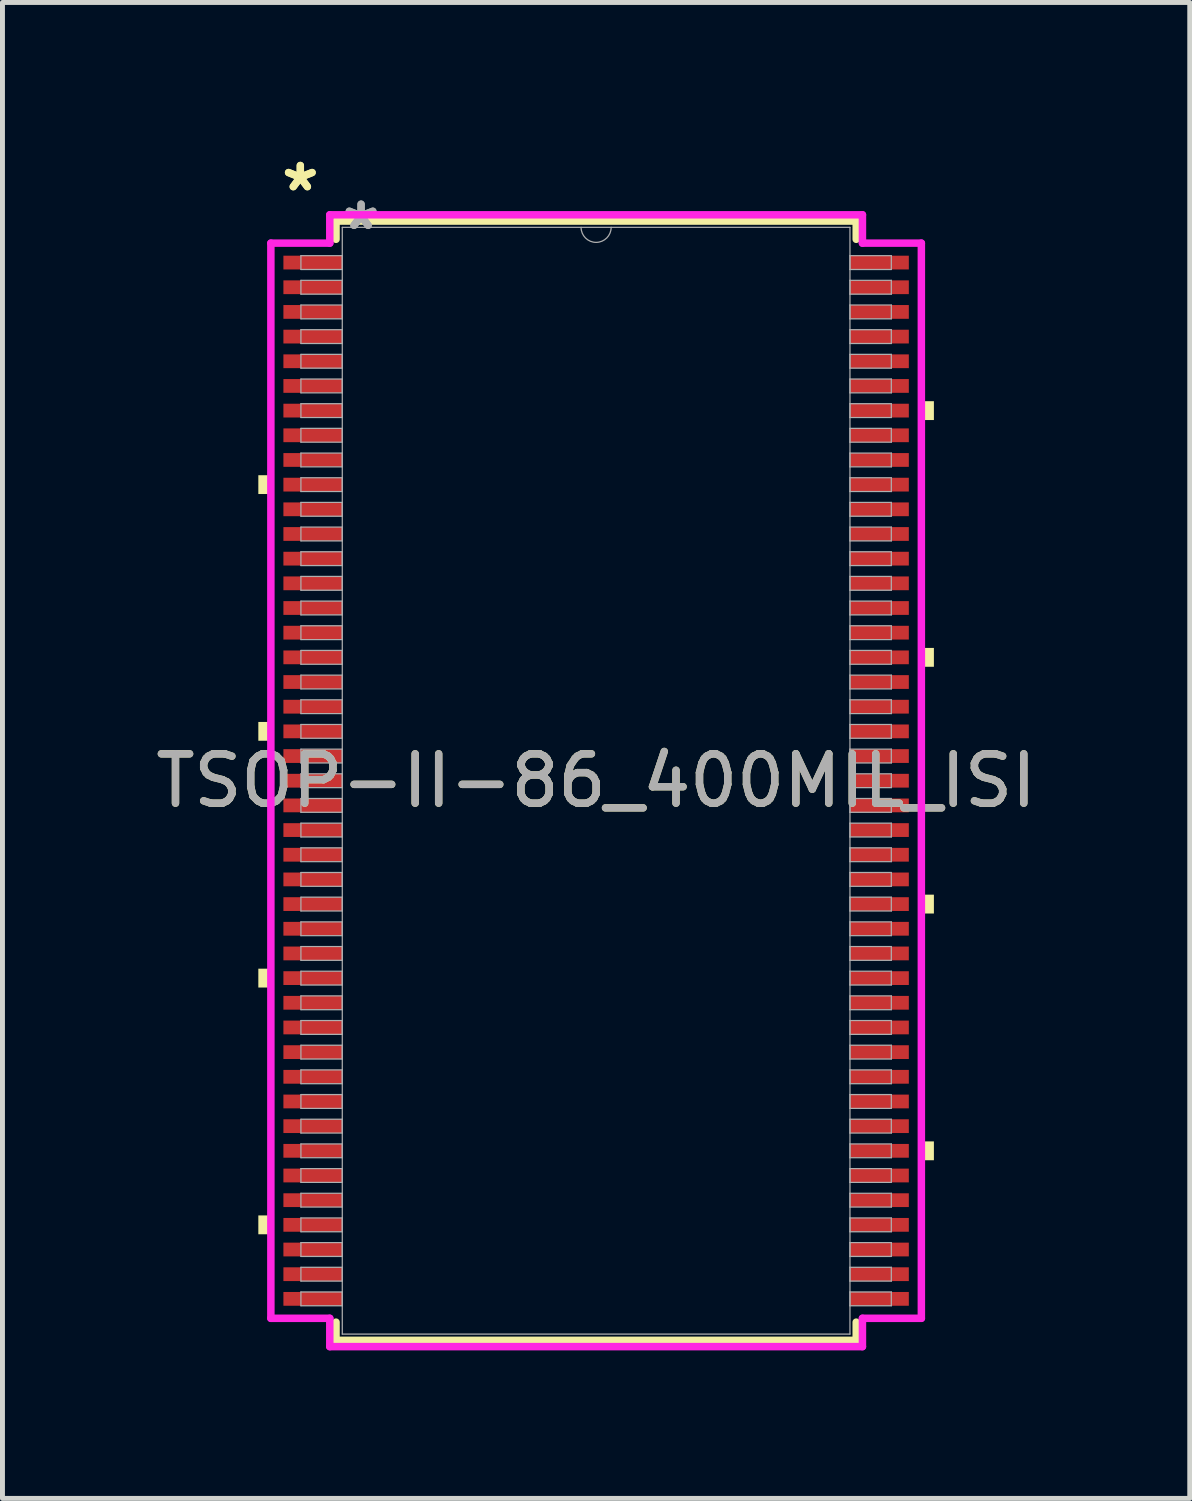
<source format=kicad_pcb>
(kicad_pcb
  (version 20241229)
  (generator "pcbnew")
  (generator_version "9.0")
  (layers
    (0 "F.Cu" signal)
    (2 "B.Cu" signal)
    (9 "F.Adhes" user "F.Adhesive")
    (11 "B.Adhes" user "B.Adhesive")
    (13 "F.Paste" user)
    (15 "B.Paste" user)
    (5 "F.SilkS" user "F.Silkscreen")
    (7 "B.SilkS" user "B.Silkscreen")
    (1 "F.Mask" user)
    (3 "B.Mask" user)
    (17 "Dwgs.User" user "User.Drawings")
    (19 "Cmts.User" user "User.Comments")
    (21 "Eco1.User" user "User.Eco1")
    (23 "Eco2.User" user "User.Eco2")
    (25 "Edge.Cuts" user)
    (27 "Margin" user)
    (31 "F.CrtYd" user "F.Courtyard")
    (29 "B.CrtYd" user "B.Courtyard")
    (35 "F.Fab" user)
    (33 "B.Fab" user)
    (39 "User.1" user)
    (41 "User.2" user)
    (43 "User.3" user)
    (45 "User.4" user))
  (footprint "TSOP-II-86_400MIL_ISI"
    (layer "F.Cu")
    (at 9.03 12.771)
    (property "Reference" "TSOP-II-86_400MIL_ISI" (at 0 0 0) (unlocked yes) (layer "F.SilkS") (effects (font (size 1 1) (thickness 0.15))))
    (attr smd)
    (fp_line (start -5.271 -11.341) (end -5.271 -10.972) (stroke (width 0.152) (type solid)) (layer "F.SilkS"))
    (fp_line (start -5.271 10.972) (end -5.271 11.341) (stroke (width 0.152) (type solid)) (layer "F.SilkS"))
    (fp_line (start -5.271 11.341) (end 5.271 11.341) (stroke (width 0.152) (type solid)) (layer "F.SilkS"))
    (fp_line (start 5.271 -11.341) (end -5.271 -11.341) (stroke (width 0.152) (type solid)) (layer "F.SilkS"))
    (fp_line (start 5.271 -10.972) (end 5.271 -11.341) (stroke (width 0.152) (type solid)) (layer "F.SilkS"))
    (fp_line (start 5.271 11.341) (end 5.271 10.972) (stroke (width 0.152) (type solid)) (layer "F.SilkS"))
    (fp_poly (pts (xy -6.845 -6.191) (xy -6.845 -5.81) (xy -6.591 -5.81) (xy -6.591 -6.191)) (stroke (width 0) (type solid)) (fill yes) (layer "F.SilkS"))
    (fp_poly (pts (xy -6.845 -1.191) (xy -6.845 -0.81) (xy -6.591 -0.81) (xy -6.591 -1.191)) (stroke (width 0) (type solid)) (fill yes) (layer "F.SilkS"))
    (fp_poly (pts (xy -6.845 3.809) (xy -6.845 4.191) (xy -6.591 4.191) (xy -6.591 3.809)) (stroke (width 0) (type solid)) (fill yes) (layer "F.SilkS"))
    (fp_poly (pts (xy -6.845 8.809) (xy -6.845 9.191) (xy -6.591 9.191) (xy -6.591 8.809)) (stroke (width 0) (type solid)) (fill yes) (layer "F.SilkS"))
    (fp_poly (pts (xy 6.845 -7.691) (xy 6.845 -7.309) (xy 6.591 -7.309) (xy 6.591 -7.691)) (stroke (width 0) (type solid)) (fill yes) (layer "F.SilkS"))
    (fp_poly (pts (xy 6.845 -2.691) (xy 6.845 -2.309) (xy 6.591 -2.309) (xy 6.591 -2.691)) (stroke (width 0) (type solid)) (fill yes) (layer "F.SilkS"))
    (fp_poly (pts (xy 6.845 2.309) (xy 6.845 2.691) (xy 6.591 2.691) (xy 6.591 2.309)) (stroke (width 0) (type solid)) (fill yes) (layer "F.SilkS"))
    (fp_poly (pts (xy 6.845 7.309) (xy 6.845 7.691) (xy 6.591 7.691) (xy 6.591 7.309)) (stroke (width 0) (type solid)) (fill yes) (layer "F.SilkS"))
    (fp_line (start -6.591 -10.894) (end -5.397 -10.894) (stroke (width 0.152) (type solid)) (layer "F.CrtYd"))
    (fp_line (start -6.591 10.894) (end -6.591 -10.894) (stroke (width 0.152) (type solid)) (layer "F.CrtYd"))
    (fp_line (start -6.591 10.894) (end -5.397 10.894) (stroke (width 0.152) (type solid)) (layer "F.CrtYd"))
    (fp_line (start -5.397 -11.468) (end 5.397 -11.468) (stroke (width 0.152) (type solid)) (layer "F.CrtYd"))
    (fp_line (start -5.397 -10.894) (end -5.397 -11.468) (stroke (width 0.152) (type solid)) (layer "F.CrtYd"))
    (fp_line (start -5.397 11.468) (end -5.397 10.894) (stroke (width 0.152) (type solid)) (layer "F.CrtYd"))
    (fp_line (start 5.397 -11.468) (end 5.397 -10.894) (stroke (width 0.152) (type solid)) (layer "F.CrtYd"))
    (fp_line (start 5.397 10.894) (end 5.397 11.468) (stroke (width 0.152) (type solid)) (layer "F.CrtYd"))
    (fp_line (start 5.397 11.468) (end -5.397 11.468) (stroke (width 0.152) (type solid)) (layer "F.CrtYd"))
    (fp_line (start 6.591 -10.894) (end 5.397 -10.894) (stroke (width 0.152) (type solid)) (layer "F.CrtYd"))
    (fp_line (start 6.591 -10.894) (end 6.591 10.894) (stroke (width 0.152) (type solid)) (layer "F.CrtYd"))
    (fp_line (start 6.591 10.894) (end 5.397 10.894) (stroke (width 0.152) (type solid)) (layer "F.CrtYd"))
    (fp_line (start -5.982 -10.64) (end -5.982 -10.36) (stroke (width 0.025) (type solid)) (layer "F.Fab"))
    (fp_line (start -5.982 -10.36) (end -5.144 -10.36) (stroke (width 0.025) (type solid)) (layer "F.Fab"))
    (fp_line (start -5.982 -10.14) (end -5.982 -9.86) (stroke (width 0.025) (type solid)) (layer "F.Fab"))
    (fp_line (start -5.982 -9.86) (end -5.144 -9.86) (stroke (width 0.025) (type solid)) (layer "F.Fab"))
    (fp_line (start -5.982 -9.64) (end -5.982 -9.36) (stroke (width 0.025) (type solid)) (layer "F.Fab"))
    (fp_line (start -5.982 -9.36) (end -5.144 -9.36) (stroke (width 0.025) (type solid)) (layer "F.Fab"))
    (fp_line (start -5.982 -9.14) (end -5.982 -8.86) (stroke (width 0.025) (type solid)) (layer "F.Fab"))
    (fp_line (start -5.982 -8.86) (end -5.144 -8.86) (stroke (width 0.025) (type solid)) (layer "F.Fab"))
    (fp_line (start -5.982 -8.64) (end -5.982 -8.36) (stroke (width 0.025) (type solid)) (layer "F.Fab"))
    (fp_line (start -5.982 -8.36) (end -5.144 -8.36) (stroke (width 0.025) (type solid)) (layer "F.Fab"))
    (fp_line (start -5.982 -8.14) (end -5.982 -7.86) (stroke (width 0.025) (type solid)) (layer "F.Fab"))
    (fp_line (start -5.982 -7.86) (end -5.144 -7.86) (stroke (width 0.025) (type solid)) (layer "F.Fab"))
    (fp_line (start -5.982 -7.64) (end -5.982 -7.36) (stroke (width 0.025) (type solid)) (layer "F.Fab"))
    (fp_line (start -5.982 -7.36) (end -5.144 -7.36) (stroke (width 0.025) (type solid)) (layer "F.Fab"))
    (fp_line (start -5.982 -7.14) (end -5.982 -6.86) (stroke (width 0.025) (type solid)) (layer "F.Fab"))
    (fp_line (start -5.982 -6.86) (end -5.144 -6.86) (stroke (width 0.025) (type solid)) (layer "F.Fab"))
    (fp_line (start -5.982 -6.64) (end -5.982 -6.36) (stroke (width 0.025) (type solid)) (layer "F.Fab"))
    (fp_line (start -5.982 -6.36) (end -5.144 -6.36) (stroke (width 0.025) (type solid)) (layer "F.Fab"))
    (fp_line (start -5.982 -6.14) (end -5.982 -5.86) (stroke (width 0.025) (type solid)) (layer "F.Fab"))
    (fp_line (start -5.982 -5.86) (end -5.144 -5.86) (stroke (width 0.025) (type solid)) (layer "F.Fab"))
    (fp_line (start -5.982 -5.64) (end -5.982 -5.36) (stroke (width 0.025) (type solid)) (layer "F.Fab"))
    (fp_line (start -5.982 -5.36) (end -5.144 -5.36) (stroke (width 0.025) (type solid)) (layer "F.Fab"))
    (fp_line (start -5.982 -5.14) (end -5.982 -4.86) (stroke (width 0.025) (type solid)) (layer "F.Fab"))
    (fp_line (start -5.982 -4.86) (end -5.144 -4.86) (stroke (width 0.025) (type solid)) (layer "F.Fab"))
    (fp_line (start -5.982 -4.64) (end -5.982 -4.36) (stroke (width 0.025) (type solid)) (layer "F.Fab"))
    (fp_line (start -5.982 -4.36) (end -5.144 -4.36) (stroke (width 0.025) (type solid)) (layer "F.Fab"))
    (fp_line (start -5.982 -4.14) (end -5.982 -3.86) (stroke (width 0.025) (type solid)) (layer "F.Fab"))
    (fp_line (start -5.982 -3.86) (end -5.144 -3.86) (stroke (width 0.025) (type solid)) (layer "F.Fab"))
    (fp_line (start -5.982 -3.64) (end -5.982 -3.36) (stroke (width 0.025) (type solid)) (layer "F.Fab"))
    (fp_line (start -5.982 -3.36) (end -5.144 -3.36) (stroke (width 0.025) (type solid)) (layer "F.Fab"))
    (fp_line (start -5.982 -3.14) (end -5.982 -2.86) (stroke (width 0.025) (type solid)) (layer "F.Fab"))
    (fp_line (start -5.982 -2.86) (end -5.144 -2.86) (stroke (width 0.025) (type solid)) (layer "F.Fab"))
    (fp_line (start -5.982 -2.64) (end -5.982 -2.36) (stroke (width 0.025) (type solid)) (layer "F.Fab"))
    (fp_line (start -5.982 -2.36) (end -5.144 -2.36) (stroke (width 0.025) (type solid)) (layer "F.Fab"))
    (fp_line (start -5.982 -2.14) (end -5.982 -1.86) (stroke (width 0.025) (type solid)) (layer "F.Fab"))
    (fp_line (start -5.982 -1.86) (end -5.144 -1.86) (stroke (width 0.025) (type solid)) (layer "F.Fab"))
    (fp_line (start -5.982 -1.64) (end -5.982 -1.36) (stroke (width 0.025) (type solid)) (layer "F.Fab"))
    (fp_line (start -5.982 -1.36) (end -5.144 -1.36) (stroke (width 0.025) (type solid)) (layer "F.Fab"))
    (fp_line (start -5.982 -1.14) (end -5.982 -0.86) (stroke (width 0.025) (type solid)) (layer "F.Fab"))
    (fp_line (start -5.982 -0.86) (end -5.144 -0.86) (stroke (width 0.025) (type solid)) (layer "F.Fab"))
    (fp_line (start -5.982 -0.64) (end -5.982 -0.36) (stroke (width 0.025) (type solid)) (layer "F.Fab"))
    (fp_line (start -5.982 -0.36) (end -5.144 -0.36) (stroke (width 0.025) (type solid)) (layer "F.Fab"))
    (fp_line (start -5.982 -0.14) (end -5.982 0.14) (stroke (width 0.025) (type solid)) (layer "F.Fab"))
    (fp_line (start -5.982 0.14) (end -5.144 0.14) (stroke (width 0.025) (type solid)) (layer "F.Fab"))
    (fp_line (start -5.982 0.36) (end -5.982 0.64) (stroke (width 0.025) (type solid)) (layer "F.Fab"))
    (fp_line (start -5.982 0.64) (end -5.144 0.64) (stroke (width 0.025) (type solid)) (layer "F.Fab"))
    (fp_line (start -5.982 0.86) (end -5.982 1.14) (stroke (width 0.025) (type solid)) (layer "F.Fab"))
    (fp_line (start -5.982 1.14) (end -5.144 1.14) (stroke (width 0.025) (type solid)) (layer "F.Fab"))
    (fp_line (start -5.982 1.36) (end -5.982 1.64) (stroke (width 0.025) (type solid)) (layer "F.Fab"))
    (fp_line (start -5.982 1.64) (end -5.144 1.64) (stroke (width 0.025) (type solid)) (layer "F.Fab"))
    (fp_line (start -5.982 1.86) (end -5.982 2.14) (stroke (width 0.025) (type solid)) (layer "F.Fab"))
    (fp_line (start -5.982 2.14) (end -5.144 2.14) (stroke (width 0.025) (type solid)) (layer "F.Fab"))
    (fp_line (start -5.982 2.36) (end -5.982 2.64) (stroke (width 0.025) (type solid)) (layer "F.Fab"))
    (fp_line (start -5.982 2.64) (end -5.144 2.64) (stroke (width 0.025) (type solid)) (layer "F.Fab"))
    (fp_line (start -5.982 2.86) (end -5.982 3.14) (stroke (width 0.025) (type solid)) (layer "F.Fab"))
    (fp_line (start -5.982 3.14) (end -5.144 3.14) (stroke (width 0.025) (type solid)) (layer "F.Fab"))
    (fp_line (start -5.982 3.36) (end -5.982 3.64) (stroke (width 0.025) (type solid)) (layer "F.Fab"))
    (fp_line (start -5.982 3.64) (end -5.144 3.64) (stroke (width 0.025) (type solid)) (layer "F.Fab"))
    (fp_line (start -5.982 3.86) (end -5.982 4.14) (stroke (width 0.025) (type solid)) (layer "F.Fab"))
    (fp_line (start -5.982 4.14) (end -5.144 4.14) (stroke (width 0.025) (type solid)) (layer "F.Fab"))
    (fp_line (start -5.982 4.36) (end -5.982 4.64) (stroke (width 0.025) (type solid)) (layer "F.Fab"))
    (fp_line (start -5.982 4.64) (end -5.144 4.64) (stroke (width 0.025) (type solid)) (layer "F.Fab"))
    (fp_line (start -5.982 4.86) (end -5.982 5.14) (stroke (width 0.025) (type solid)) (layer "F.Fab"))
    (fp_line (start -5.982 5.14) (end -5.144 5.14) (stroke (width 0.025) (type solid)) (layer "F.Fab"))
    (fp_line (start -5.982 5.36) (end -5.982 5.64) (stroke (width 0.025) (type solid)) (layer "F.Fab"))
    (fp_line (start -5.982 5.64) (end -5.144 5.64) (stroke (width 0.025) (type solid)) (layer "F.Fab"))
    (fp_line (start -5.982 5.86) (end -5.982 6.14) (stroke (width 0.025) (type solid)) (layer "F.Fab"))
    (fp_line (start -5.982 6.14) (end -5.144 6.14) (stroke (width 0.025) (type solid)) (layer "F.Fab"))
    (fp_line (start -5.982 6.36) (end -5.982 6.64) (stroke (width 0.025) (type solid)) (layer "F.Fab"))
    (fp_line (start -5.982 6.64) (end -5.144 6.64) (stroke (width 0.025) (type solid)) (layer "F.Fab"))
    (fp_line (start -5.982 6.86) (end -5.982 7.14) (stroke (width 0.025) (type solid)) (layer "F.Fab"))
    (fp_line (start -5.982 7.14) (end -5.144 7.14) (stroke (width 0.025) (type solid)) (layer "F.Fab"))
    (fp_line (start -5.982 7.36) (end -5.982 7.64) (stroke (width 0.025) (type solid)) (layer "F.Fab"))
    (fp_line (start -5.982 7.64) (end -5.144 7.64) (stroke (width 0.025) (type solid)) (layer "F.Fab"))
    (fp_line (start -5.982 7.86) (end -5.982 8.14) (stroke (width 0.025) (type solid)) (layer "F.Fab"))
    (fp_line (start -5.982 8.14) (end -5.144 8.14) (stroke (width 0.025) (type solid)) (layer "F.Fab"))
    (fp_line (start -5.982 8.36) (end -5.982 8.64) (stroke (width 0.025) (type solid)) (layer "F.Fab"))
    (fp_line (start -5.982 8.64) (end -5.144 8.64) (stroke (width 0.025) (type solid)) (layer "F.Fab"))
    (fp_line (start -5.982 8.86) (end -5.982 9.14) (stroke (width 0.025) (type solid)) (layer "F.Fab"))
    (fp_line (start -5.982 9.14) (end -5.144 9.14) (stroke (width 0.025) (type solid)) (layer "F.Fab"))
    (fp_line (start -5.982 9.36) (end -5.982 9.64) (stroke (width 0.025) (type solid)) (layer "F.Fab"))
    (fp_line (start -5.982 9.64) (end -5.144 9.64) (stroke (width 0.025) (type solid)) (layer "F.Fab"))
    (fp_line (start -5.982 9.86) (end -5.982 10.14) (stroke (width 0.025) (type solid)) (layer "F.Fab"))
    (fp_line (start -5.982 10.14) (end -5.144 10.14) (stroke (width 0.025) (type solid)) (layer "F.Fab"))
    (fp_line (start -5.982 10.36) (end -5.982 10.64) (stroke (width 0.025) (type solid)) (layer "F.Fab"))
    (fp_line (start -5.982 10.64) (end -5.144 10.64) (stroke (width 0.025) (type solid)) (layer "F.Fab"))
    (fp_line (start -5.144 -11.214) (end -5.144 11.214) (stroke (width 0.025) (type solid)) (layer "F.Fab"))
    (fp_line (start -5.144 -10.64) (end -5.982 -10.64) (stroke (width 0.025) (type solid)) (layer "F.Fab"))
    (fp_line (start -5.144 -10.36) (end -5.144 -10.64) (stroke (width 0.025) (type solid)) (layer "F.Fab"))
    (fp_line (start -5.144 -10.14) (end -5.982 -10.14) (stroke (width 0.025) (type solid)) (layer "F.Fab"))
    (fp_line (start -5.144 -9.86) (end -5.144 -10.14) (stroke (width 0.025) (type solid)) (layer "F.Fab"))
    (fp_line (start -5.144 -9.64) (end -5.982 -9.64) (stroke (width 0.025) (type solid)) (layer "F.Fab"))
    (fp_line (start -5.144 -9.36) (end -5.144 -9.64) (stroke (width 0.025) (type solid)) (layer "F.Fab"))
    (fp_line (start -5.144 -9.14) (end -5.982 -9.14) (stroke (width 0.025) (type solid)) (layer "F.Fab"))
    (fp_line (start -5.144 -8.86) (end -5.144 -9.14) (stroke (width 0.025) (type solid)) (layer "F.Fab"))
    (fp_line (start -5.144 -8.64) (end -5.982 -8.64) (stroke (width 0.025) (type solid)) (layer "F.Fab"))
    (fp_line (start -5.144 -8.36) (end -5.144 -8.64) (stroke (width 0.025) (type solid)) (layer "F.Fab"))
    (fp_line (start -5.144 -8.14) (end -5.982 -8.14) (stroke (width 0.025) (type solid)) (layer "F.Fab"))
    (fp_line (start -5.144 -7.86) (end -5.144 -8.14) (stroke (width 0.025) (type solid)) (layer "F.Fab"))
    (fp_line (start -5.144 -7.64) (end -5.982 -7.64) (stroke (width 0.025) (type solid)) (layer "F.Fab"))
    (fp_line (start -5.144 -7.36) (end -5.144 -7.64) (stroke (width 0.025) (type solid)) (layer "F.Fab"))
    (fp_line (start -5.144 -7.14) (end -5.982 -7.14) (stroke (width 0.025) (type solid)) (layer "F.Fab"))
    (fp_line (start -5.144 -6.86) (end -5.144 -7.14) (stroke (width 0.025) (type solid)) (layer "F.Fab"))
    (fp_line (start -5.144 -6.64) (end -5.982 -6.64) (stroke (width 0.025) (type solid)) (layer "F.Fab"))
    (fp_line (start -5.144 -6.36) (end -5.144 -6.64) (stroke (width 0.025) (type solid)) (layer "F.Fab"))
    (fp_line (start -5.144 -6.14) (end -5.982 -6.14) (stroke (width 0.025) (type solid)) (layer "F.Fab"))
    (fp_line (start -5.144 -5.86) (end -5.144 -6.14) (stroke (width 0.025) (type solid)) (layer "F.Fab"))
    (fp_line (start -5.144 -5.64) (end -5.982 -5.64) (stroke (width 0.025) (type solid)) (layer "F.Fab"))
    (fp_line (start -5.144 -5.36) (end -5.144 -5.64) (stroke (width 0.025) (type solid)) (layer "F.Fab"))
    (fp_line (start -5.144 -5.14) (end -5.982 -5.14) (stroke (width 0.025) (type solid)) (layer "F.Fab"))
    (fp_line (start -5.144 -4.86) (end -5.144 -5.14) (stroke (width 0.025) (type solid)) (layer "F.Fab"))
    (fp_line (start -5.144 -4.64) (end -5.982 -4.64) (stroke (width 0.025) (type solid)) (layer "F.Fab"))
    (fp_line (start -5.144 -4.36) (end -5.144 -4.64) (stroke (width 0.025) (type solid)) (layer "F.Fab"))
    (fp_line (start -5.144 -4.14) (end -5.982 -4.14) (stroke (width 0.025) (type solid)) (layer "F.Fab"))
    (fp_line (start -5.144 -3.86) (end -5.144 -4.14) (stroke (width 0.025) (type solid)) (layer "F.Fab"))
    (fp_line (start -5.144 -3.64) (end -5.982 -3.64) (stroke (width 0.025) (type solid)) (layer "F.Fab"))
    (fp_line (start -5.144 -3.36) (end -5.144 -3.64) (stroke (width 0.025) (type solid)) (layer "F.Fab"))
    (fp_line (start -5.144 -3.14) (end -5.982 -3.14) (stroke (width 0.025) (type solid)) (layer "F.Fab"))
    (fp_line (start -5.144 -2.86) (end -5.144 -3.14) (stroke (width 0.025) (type solid)) (layer "F.Fab"))
    (fp_line (start -5.144 -2.64) (end -5.982 -2.64) (stroke (width 0.025) (type solid)) (layer "F.Fab"))
    (fp_line (start -5.144 -2.36) (end -5.144 -2.64) (stroke (width 0.025) (type solid)) (layer "F.Fab"))
    (fp_line (start -5.144 -2.14) (end -5.982 -2.14) (stroke (width 0.025) (type solid)) (layer "F.Fab"))
    (fp_line (start -5.144 -1.86) (end -5.144 -2.14) (stroke (width 0.025) (type solid)) (layer "F.Fab"))
    (fp_line (start -5.144 -1.64) (end -5.982 -1.64) (stroke (width 0.025) (type solid)) (layer "F.Fab"))
    (fp_line (start -5.144 -1.36) (end -5.144 -1.64) (stroke (width 0.025) (type solid)) (layer "F.Fab"))
    (fp_line (start -5.144 -1.14) (end -5.982 -1.14) (stroke (width 0.025) (type solid)) (layer "F.Fab"))
    (fp_line (start -5.144 -0.86) (end -5.144 -1.14) (stroke (width 0.025) (type solid)) (layer "F.Fab"))
    (fp_line (start -5.144 -0.64) (end -5.982 -0.64) (stroke (width 0.025) (type solid)) (layer "F.Fab"))
    (fp_line (start -5.144 -0.36) (end -5.144 -0.64) (stroke (width 0.025) (type solid)) (layer "F.Fab"))
    (fp_line (start -5.144 -0.14) (end -5.982 -0.14) (stroke (width 0.025) (type solid)) (layer "F.Fab"))
    (fp_line (start -5.144 0.14) (end -5.144 -0.14) (stroke (width 0.025) (type solid)) (layer "F.Fab"))
    (fp_line (start -5.144 0.36) (end -5.982 0.36) (stroke (width 0.025) (type solid)) (layer "F.Fab"))
    (fp_line (start -5.144 0.64) (end -5.144 0.36) (stroke (width 0.025) (type solid)) (layer "F.Fab"))
    (fp_line (start -5.144 0.86) (end -5.982 0.86) (stroke (width 0.025) (type solid)) (layer "F.Fab"))
    (fp_line (start -5.144 1.14) (end -5.144 0.86) (stroke (width 0.025) (type solid)) (layer "F.Fab"))
    (fp_line (start -5.144 1.36) (end -5.982 1.36) (stroke (width 0.025) (type solid)) (layer "F.Fab"))
    (fp_line (start -5.144 1.64) (end -5.144 1.36) (stroke (width 0.025) (type solid)) (layer "F.Fab"))
    (fp_line (start -5.144 1.86) (end -5.982 1.86) (stroke (width 0.025) (type solid)) (layer "F.Fab"))
    (fp_line (start -5.144 2.14) (end -5.144 1.86) (stroke (width 0.025) (type solid)) (layer "F.Fab"))
    (fp_line (start -5.144 2.36) (end -5.982 2.36) (stroke (width 0.025) (type solid)) (layer "F.Fab"))
    (fp_line (start -5.144 2.64) (end -5.144 2.36) (stroke (width 0.025) (type solid)) (layer "F.Fab"))
    (fp_line (start -5.144 2.86) (end -5.982 2.86) (stroke (width 0.025) (type solid)) (layer "F.Fab"))
    (fp_line (start -5.144 3.14) (end -5.144 2.86) (stroke (width 0.025) (type solid)) (layer "F.Fab"))
    (fp_line (start -5.144 3.36) (end -5.982 3.36) (stroke (width 0.025) (type solid)) (layer "F.Fab"))
    (fp_line (start -5.144 3.64) (end -5.144 3.36) (stroke (width 0.025) (type solid)) (layer "F.Fab"))
    (fp_line (start -5.144 3.86) (end -5.982 3.86) (stroke (width 0.025) (type solid)) (layer "F.Fab"))
    (fp_line (start -5.144 4.14) (end -5.144 3.86) (stroke (width 0.025) (type solid)) (layer "F.Fab"))
    (fp_line (start -5.144 4.36) (end -5.982 4.36) (stroke (width 0.025) (type solid)) (layer "F.Fab"))
    (fp_line (start -5.144 4.64) (end -5.144 4.36) (stroke (width 0.025) (type solid)) (layer "F.Fab"))
    (fp_line (start -5.144 4.86) (end -5.982 4.86) (stroke (width 0.025) (type solid)) (layer "F.Fab"))
    (fp_line (start -5.144 5.14) (end -5.144 4.86) (stroke (width 0.025) (type solid)) (layer "F.Fab"))
    (fp_line (start -5.144 5.36) (end -5.982 5.36) (stroke (width 0.025) (type solid)) (layer "F.Fab"))
    (fp_line (start -5.144 5.64) (end -5.144 5.36) (stroke (width 0.025) (type solid)) (layer "F.Fab"))
    (fp_line (start -5.144 5.86) (end -5.982 5.86) (stroke (width 0.025) (type solid)) (layer "F.Fab"))
    (fp_line (start -5.144 6.14) (end -5.144 5.86) (stroke (width 0.025) (type solid)) (layer "F.Fab"))
    (fp_line (start -5.144 6.36) (end -5.982 6.36) (stroke (width 0.025) (type solid)) (layer "F.Fab"))
    (fp_line (start -5.144 6.64) (end -5.144 6.36) (stroke (width 0.025) (type solid)) (layer "F.Fab"))
    (fp_line (start -5.144 6.86) (end -5.982 6.86) (stroke (width 0.025) (type solid)) (layer "F.Fab"))
    (fp_line (start -5.144 7.14) (end -5.144 6.86) (stroke (width 0.025) (type solid)) (layer "F.Fab"))
    (fp_line (start -5.144 7.36) (end -5.982 7.36) (stroke (width 0.025) (type solid)) (layer "F.Fab"))
    (fp_line (start -5.144 7.64) (end -5.144 7.36) (stroke (width 0.025) (type solid)) (layer "F.Fab"))
    (fp_line (start -5.144 7.86) (end -5.982 7.86) (stroke (width 0.025) (type solid)) (layer "F.Fab"))
    (fp_line (start -5.144 8.14) (end -5.144 7.86) (stroke (width 0.025) (type solid)) (layer "F.Fab"))
    (fp_line (start -5.144 8.36) (end -5.982 8.36) (stroke (width 0.025) (type solid)) (layer "F.Fab"))
    (fp_line (start -5.144 8.64) (end -5.144 8.36) (stroke (width 0.025) (type solid)) (layer "F.Fab"))
    (fp_line (start -5.144 8.86) (end -5.982 8.86) (stroke (width 0.025) (type solid)) (layer "F.Fab"))
    (fp_line (start -5.144 9.14) (end -5.144 8.86) (stroke (width 0.025) (type solid)) (layer "F.Fab"))
    (fp_line (start -5.144 9.36) (end -5.982 9.36) (stroke (width 0.025) (type solid)) (layer "F.Fab"))
    (fp_line (start -5.144 9.64) (end -5.144 9.36) (stroke (width 0.025) (type solid)) (layer "F.Fab"))
    (fp_line (start -5.144 9.86) (end -5.982 9.86) (stroke (width 0.025) (type solid)) (layer "F.Fab"))
    (fp_line (start -5.144 10.14) (end -5.144 9.86) (stroke (width 0.025) (type solid)) (layer "F.Fab"))
    (fp_line (start -5.144 10.36) (end -5.982 10.36) (stroke (width 0.025) (type solid)) (layer "F.Fab"))
    (fp_line (start -5.144 10.64) (end -5.144 10.36) (stroke (width 0.025) (type solid)) (layer "F.Fab"))
    (fp_line (start -5.144 11.214) (end 5.144 11.214) (stroke (width 0.025) (type solid)) (layer "F.Fab"))
    (fp_line (start 5.144 -11.214) (end -5.144 -11.214) (stroke (width 0.025) (type solid)) (layer "F.Fab"))
    (fp_line (start 5.144 -10.64) (end 5.144 -10.36) (stroke (width 0.025) (type solid)) (layer "F.Fab"))
    (fp_line (start 5.144 -10.36) (end 5.982 -10.36) (stroke (width 0.025) (type solid)) (layer "F.Fab"))
    (fp_line (start 5.144 -10.14) (end 5.144 -9.86) (stroke (width 0.025) (type solid)) (layer "F.Fab"))
    (fp_line (start 5.144 -9.86) (end 5.982 -9.86) (stroke (width 0.025) (type solid)) (layer "F.Fab"))
    (fp_line (start 5.144 -9.64) (end 5.144 -9.36) (stroke (width 0.025) (type solid)) (layer "F.Fab"))
    (fp_line (start 5.144 -9.36) (end 5.982 -9.36) (stroke (width 0.025) (type solid)) (layer "F.Fab"))
    (fp_line (start 5.144 -9.14) (end 5.144 -8.86) (stroke (width 0.025) (type solid)) (layer "F.Fab"))
    (fp_line (start 5.144 -8.86) (end 5.982 -8.86) (stroke (width 0.025) (type solid)) (layer "F.Fab"))
    (fp_line (start 5.144 -8.64) (end 5.144 -8.36) (stroke (width 0.025) (type solid)) (layer "F.Fab"))
    (fp_line (start 5.144 -8.36) (end 5.982 -8.36) (stroke (width 0.025) (type solid)) (layer "F.Fab"))
    (fp_line (start 5.144 -8.14) (end 5.144 -7.86) (stroke (width 0.025) (type solid)) (layer "F.Fab"))
    (fp_line (start 5.144 -7.86) (end 5.982 -7.86) (stroke (width 0.025) (type solid)) (layer "F.Fab"))
    (fp_line (start 5.144 -7.64) (end 5.144 -7.36) (stroke (width 0.025) (type solid)) (layer "F.Fab"))
    (fp_line (start 5.144 -7.36) (end 5.982 -7.36) (stroke (width 0.025) (type solid)) (layer "F.Fab"))
    (fp_line (start 5.144 -7.14) (end 5.144 -6.86) (stroke (width 0.025) (type solid)) (layer "F.Fab"))
    (fp_line (start 5.144 -6.86) (end 5.982 -6.86) (stroke (width 0.025) (type solid)) (layer "F.Fab"))
    (fp_line (start 5.144 -6.64) (end 5.144 -6.36) (stroke (width 0.025) (type solid)) (layer "F.Fab"))
    (fp_line (start 5.144 -6.36) (end 5.982 -6.36) (stroke (width 0.025) (type solid)) (layer "F.Fab"))
    (fp_line (start 5.144 -6.14) (end 5.144 -5.86) (stroke (width 0.025) (type solid)) (layer "F.Fab"))
    (fp_line (start 5.144 -5.86) (end 5.982 -5.86) (stroke (width 0.025) (type solid)) (layer "F.Fab"))
    (fp_line (start 5.144 -5.64) (end 5.144 -5.36) (stroke (width 0.025) (type solid)) (layer "F.Fab"))
    (fp_line (start 5.144 -5.36) (end 5.982 -5.36) (stroke (width 0.025) (type solid)) (layer "F.Fab"))
    (fp_line (start 5.144 -5.14) (end 5.144 -4.86) (stroke (width 0.025) (type solid)) (layer "F.Fab"))
    (fp_line (start 5.144 -4.86) (end 5.982 -4.86) (stroke (width 0.025) (type solid)) (layer "F.Fab"))
    (fp_line (start 5.144 -4.64) (end 5.144 -4.36) (stroke (width 0.025) (type solid)) (layer "F.Fab"))
    (fp_line (start 5.144 -4.36) (end 5.982 -4.36) (stroke (width 0.025) (type solid)) (layer "F.Fab"))
    (fp_line (start 5.144 -4.14) (end 5.144 -3.86) (stroke (width 0.025) (type solid)) (layer "F.Fab"))
    (fp_line (start 5.144 -3.86) (end 5.982 -3.86) (stroke (width 0.025) (type solid)) (layer "F.Fab"))
    (fp_line (start 5.144 -3.64) (end 5.144 -3.36) (stroke (width 0.025) (type solid)) (layer "F.Fab"))
    (fp_line (start 5.144 -3.36) (end 5.982 -3.36) (stroke (width 0.025) (type solid)) (layer "F.Fab"))
    (fp_line (start 5.144 -3.14) (end 5.144 -2.86) (stroke (width 0.025) (type solid)) (layer "F.Fab"))
    (fp_line (start 5.144 -2.86) (end 5.982 -2.86) (stroke (width 0.025) (type solid)) (layer "F.Fab"))
    (fp_line (start 5.144 -2.64) (end 5.144 -2.36) (stroke (width 0.025) (type solid)) (layer "F.Fab"))
    (fp_line (start 5.144 -2.36) (end 5.982 -2.36) (stroke (width 0.025) (type solid)) (layer "F.Fab"))
    (fp_line (start 5.144 -2.14) (end 5.144 -1.86) (stroke (width 0.025) (type solid)) (layer "F.Fab"))
    (fp_line (start 5.144 -1.86) (end 5.982 -1.86) (stroke (width 0.025) (type solid)) (layer "F.Fab"))
    (fp_line (start 5.144 -1.64) (end 5.144 -1.36) (stroke (width 0.025) (type solid)) (layer "F.Fab"))
    (fp_line (start 5.144 -1.36) (end 5.982 -1.36) (stroke (width 0.025) (type solid)) (layer "F.Fab"))
    (fp_line (start 5.144 -1.14) (end 5.144 -0.86) (stroke (width 0.025) (type solid)) (layer "F.Fab"))
    (fp_line (start 5.144 -0.86) (end 5.982 -0.86) (stroke (width 0.025) (type solid)) (layer "F.Fab"))
    (fp_line (start 5.144 -0.64) (end 5.144 -0.36) (stroke (width 0.025) (type solid)) (layer "F.Fab"))
    (fp_line (start 5.144 -0.36) (end 5.982 -0.36) (stroke (width 0.025) (type solid)) (layer "F.Fab"))
    (fp_line (start 5.144 -0.14) (end 5.144 0.14) (stroke (width 0.025) (type solid)) (layer "F.Fab"))
    (fp_line (start 5.144 0.14) (end 5.982 0.14) (stroke (width 0.025) (type solid)) (layer "F.Fab"))
    (fp_line (start 5.144 0.36) (end 5.144 0.64) (stroke (width 0.025) (type solid)) (layer "F.Fab"))
    (fp_line (start 5.144 0.64) (end 5.982 0.64) (stroke (width 0.025) (type solid)) (layer "F.Fab"))
    (fp_line (start 5.144 0.86) (end 5.144 1.14) (stroke (width 0.025) (type solid)) (layer "F.Fab"))
    (fp_line (start 5.144 1.14) (end 5.982 1.14) (stroke (width 0.025) (type solid)) (layer "F.Fab"))
    (fp_line (start 5.144 1.36) (end 5.144 1.64) (stroke (width 0.025) (type solid)) (layer "F.Fab"))
    (fp_line (start 5.144 1.64) (end 5.982 1.64) (stroke (width 0.025) (type solid)) (layer "F.Fab"))
    (fp_line (start 5.144 1.86) (end 5.144 2.14) (stroke (width 0.025) (type solid)) (layer "F.Fab"))
    (fp_line (start 5.144 2.14) (end 5.982 2.14) (stroke (width 0.025) (type solid)) (layer "F.Fab"))
    (fp_line (start 5.144 2.36) (end 5.144 2.64) (stroke (width 0.025) (type solid)) (layer "F.Fab"))
    (fp_line (start 5.144 2.64) (end 5.982 2.64) (stroke (width 0.025) (type solid)) (layer "F.Fab"))
    (fp_line (start 5.144 2.86) (end 5.144 3.14) (stroke (width 0.025) (type solid)) (layer "F.Fab"))
    (fp_line (start 5.144 3.14) (end 5.982 3.14) (stroke (width 0.025) (type solid)) (layer "F.Fab"))
    (fp_line (start 5.144 3.36) (end 5.144 3.64) (stroke (width 0.025) (type solid)) (layer "F.Fab"))
    (fp_line (start 5.144 3.64) (end 5.982 3.64) (stroke (width 0.025) (type solid)) (layer "F.Fab"))
    (fp_line (start 5.144 3.86) (end 5.144 4.14) (stroke (width 0.025) (type solid)) (layer "F.Fab"))
    (fp_line (start 5.144 4.14) (end 5.982 4.14) (stroke (width 0.025) (type solid)) (layer "F.Fab"))
    (fp_line (start 5.144 4.36) (end 5.144 4.64) (stroke (width 0.025) (type solid)) (layer "F.Fab"))
    (fp_line (start 5.144 4.64) (end 5.982 4.64) (stroke (width 0.025) (type solid)) (layer "F.Fab"))
    (fp_line (start 5.144 4.86) (end 5.144 5.14) (stroke (width 0.025) (type solid)) (layer "F.Fab"))
    (fp_line (start 5.144 5.14) (end 5.982 5.14) (stroke (width 0.025) (type solid)) (layer "F.Fab"))
    (fp_line (start 5.144 5.36) (end 5.144 5.64) (stroke (width 0.025) (type solid)) (layer "F.Fab"))
    (fp_line (start 5.144 5.64) (end 5.982 5.64) (stroke (width 0.025) (type solid)) (layer "F.Fab"))
    (fp_line (start 5.144 5.86) (end 5.144 6.14) (stroke (width 0.025) (type solid)) (layer "F.Fab"))
    (fp_line (start 5.144 6.14) (end 5.982 6.14) (stroke (width 0.025) (type solid)) (layer "F.Fab"))
    (fp_line (start 5.144 6.36) (end 5.144 6.64) (stroke (width 0.025) (type solid)) (layer "F.Fab"))
    (fp_line (start 5.144 6.64) (end 5.982 6.64) (stroke (width 0.025) (type solid)) (layer "F.Fab"))
    (fp_line (start 5.144 6.86) (end 5.144 7.14) (stroke (width 0.025) (type solid)) (layer "F.Fab"))
    (fp_line (start 5.144 7.14) (end 5.982 7.14) (stroke (width 0.025) (type solid)) (layer "F.Fab"))
    (fp_line (start 5.144 7.36) (end 5.144 7.64) (stroke (width 0.025) (type solid)) (layer "F.Fab"))
    (fp_line (start 5.144 7.64) (end 5.982 7.64) (stroke (width 0.025) (type solid)) (layer "F.Fab"))
    (fp_line (start 5.144 7.86) (end 5.144 8.14) (stroke (width 0.025) (type solid)) (layer "F.Fab"))
    (fp_line (start 5.144 8.14) (end 5.982 8.14) (stroke (width 0.025) (type solid)) (layer "F.Fab"))
    (fp_line (start 5.144 8.36) (end 5.144 8.64) (stroke (width 0.025) (type solid)) (layer "F.Fab"))
    (fp_line (start 5.144 8.64) (end 5.982 8.64) (stroke (width 0.025) (type solid)) (layer "F.Fab"))
    (fp_line (start 5.144 8.86) (end 5.144 9.14) (stroke (width 0.025) (type solid)) (layer "F.Fab"))
    (fp_line (start 5.144 9.14) (end 5.982 9.14) (stroke (width 0.025) (type solid)) (layer "F.Fab"))
    (fp_line (start 5.144 9.36) (end 5.144 9.64) (stroke (width 0.025) (type solid)) (layer "F.Fab"))
    (fp_line (start 5.144 9.64) (end 5.982 9.64) (stroke (width 0.025) (type solid)) (layer "F.Fab"))
    (fp_line (start 5.144 9.86) (end 5.144 10.14) (stroke (width 0.025) (type solid)) (layer "F.Fab"))
    (fp_line (start 5.144 10.14) (end 5.982 10.14) (stroke (width 0.025) (type solid)) (layer "F.Fab"))
    (fp_line (start 5.144 10.36) (end 5.144 10.64) (stroke (width 0.025) (type solid)) (layer "F.Fab"))
    (fp_line (start 5.144 10.64) (end 5.982 10.64) (stroke (width 0.025) (type solid)) (layer "F.Fab"))
    (fp_line (start 5.144 11.214) (end 5.144 -11.214) (stroke (width 0.025) (type solid)) (layer "F.Fab"))
    (fp_line (start 5.982 -10.64) (end 5.144 -10.64) (stroke (width 0.025) (type solid)) (layer "F.Fab"))
    (fp_line (start 5.982 -10.36) (end 5.982 -10.64) (stroke (width 0.025) (type solid)) (layer "F.Fab"))
    (fp_line (start 5.982 -10.14) (end 5.144 -10.14) (stroke (width 0.025) (type solid)) (layer "F.Fab"))
    (fp_line (start 5.982 -9.86) (end 5.982 -10.14) (stroke (width 0.025) (type solid)) (layer "F.Fab"))
    (fp_line (start 5.982 -9.64) (end 5.144 -9.64) (stroke (width 0.025) (type solid)) (layer "F.Fab"))
    (fp_line (start 5.982 -9.36) (end 5.982 -9.64) (stroke (width 0.025) (type solid)) (layer "F.Fab"))
    (fp_line (start 5.982 -9.14) (end 5.144 -9.14) (stroke (width 0.025) (type solid)) (layer "F.Fab"))
    (fp_line (start 5.982 -8.86) (end 5.982 -9.14) (stroke (width 0.025) (type solid)) (layer "F.Fab"))
    (fp_line (start 5.982 -8.64) (end 5.144 -8.64) (stroke (width 0.025) (type solid)) (layer "F.Fab"))
    (fp_line (start 5.982 -8.36) (end 5.982 -8.64) (stroke (width 0.025) (type solid)) (layer "F.Fab"))
    (fp_line (start 5.982 -8.14) (end 5.144 -8.14) (stroke (width 0.025) (type solid)) (layer "F.Fab"))
    (fp_line (start 5.982 -7.86) (end 5.982 -8.14) (stroke (width 0.025) (type solid)) (layer "F.Fab"))
    (fp_line (start 5.982 -7.64) (end 5.144 -7.64) (stroke (width 0.025) (type solid)) (layer "F.Fab"))
    (fp_line (start 5.982 -7.36) (end 5.982 -7.64) (stroke (width 0.025) (type solid)) (layer "F.Fab"))
    (fp_line (start 5.982 -7.14) (end 5.144 -7.14) (stroke (width 0.025) (type solid)) (layer "F.Fab"))
    (fp_line (start 5.982 -6.86) (end 5.982 -7.14) (stroke (width 0.025) (type solid)) (layer "F.Fab"))
    (fp_line (start 5.982 -6.64) (end 5.144 -6.64) (stroke (width 0.025) (type solid)) (layer "F.Fab"))
    (fp_line (start 5.982 -6.36) (end 5.982 -6.64) (stroke (width 0.025) (type solid)) (layer "F.Fab"))
    (fp_line (start 5.982 -6.14) (end 5.144 -6.14) (stroke (width 0.025) (type solid)) (layer "F.Fab"))
    (fp_line (start 5.982 -5.86) (end 5.982 -6.14) (stroke (width 0.025) (type solid)) (layer "F.Fab"))
    (fp_line (start 5.982 -5.64) (end 5.144 -5.64) (stroke (width 0.025) (type solid)) (layer "F.Fab"))
    (fp_line (start 5.982 -5.36) (end 5.982 -5.64) (stroke (width 0.025) (type solid)) (layer "F.Fab"))
    (fp_line (start 5.982 -5.14) (end 5.144 -5.14) (stroke (width 0.025) (type solid)) (layer "F.Fab"))
    (fp_line (start 5.982 -4.86) (end 5.982 -5.14) (stroke (width 0.025) (type solid)) (layer "F.Fab"))
    (fp_line (start 5.982 -4.64) (end 5.144 -4.64) (stroke (width 0.025) (type solid)) (layer "F.Fab"))
    (fp_line (start 5.982 -4.36) (end 5.982 -4.64) (stroke (width 0.025) (type solid)) (layer "F.Fab"))
    (fp_line (start 5.982 -4.14) (end 5.144 -4.14) (stroke (width 0.025) (type solid)) (layer "F.Fab"))
    (fp_line (start 5.982 -3.86) (end 5.982 -4.14) (stroke (width 0.025) (type solid)) (layer "F.Fab"))
    (fp_line (start 5.982 -3.64) (end 5.144 -3.64) (stroke (width 0.025) (type solid)) (layer "F.Fab"))
    (fp_line (start 5.982 -3.36) (end 5.982 -3.64) (stroke (width 0.025) (type solid)) (layer "F.Fab"))
    (fp_line (start 5.982 -3.14) (end 5.144 -3.14) (stroke (width 0.025) (type solid)) (layer "F.Fab"))
    (fp_line (start 5.982 -2.86) (end 5.982 -3.14) (stroke (width 0.025) (type solid)) (layer "F.Fab"))
    (fp_line (start 5.982 -2.64) (end 5.144 -2.64) (stroke (width 0.025) (type solid)) (layer "F.Fab"))
    (fp_line (start 5.982 -2.36) (end 5.982 -2.64) (stroke (width 0.025) (type solid)) (layer "F.Fab"))
    (fp_line (start 5.982 -2.14) (end 5.144 -2.14) (stroke (width 0.025) (type solid)) (layer "F.Fab"))
    (fp_line (start 5.982 -1.86) (end 5.982 -2.14) (stroke (width 0.025) (type solid)) (layer "F.Fab"))
    (fp_line (start 5.982 -1.64) (end 5.144 -1.64) (stroke (width 0.025) (type solid)) (layer "F.Fab"))
    (fp_line (start 5.982 -1.36) (end 5.982 -1.64) (stroke (width 0.025) (type solid)) (layer "F.Fab"))
    (fp_line (start 5.982 -1.14) (end 5.144 -1.14) (stroke (width 0.025) (type solid)) (layer "F.Fab"))
    (fp_line (start 5.982 -0.86) (end 5.982 -1.14) (stroke (width 0.025) (type solid)) (layer "F.Fab"))
    (fp_line (start 5.982 -0.64) (end 5.144 -0.64) (stroke (width 0.025) (type solid)) (layer "F.Fab"))
    (fp_line (start 5.982 -0.36) (end 5.982 -0.64) (stroke (width 0.025) (type solid)) (layer "F.Fab"))
    (fp_line (start 5.982 -0.14) (end 5.144 -0.14) (stroke (width 0.025) (type solid)) (layer "F.Fab"))
    (fp_line (start 5.982 0.14) (end 5.982 -0.14) (stroke (width 0.025) (type solid)) (layer "F.Fab"))
    (fp_line (start 5.982 0.36) (end 5.144 0.36) (stroke (width 0.025) (type solid)) (layer "F.Fab"))
    (fp_line (start 5.982 0.64) (end 5.982 0.36) (stroke (width 0.025) (type solid)) (layer "F.Fab"))
    (fp_line (start 5.982 0.86) (end 5.144 0.86) (stroke (width 0.025) (type solid)) (layer "F.Fab"))
    (fp_line (start 5.982 1.14) (end 5.982 0.86) (stroke (width 0.025) (type solid)) (layer "F.Fab"))
    (fp_line (start 5.982 1.36) (end 5.144 1.36) (stroke (width 0.025) (type solid)) (layer "F.Fab"))
    (fp_line (start 5.982 1.64) (end 5.982 1.36) (stroke (width 0.025) (type solid)) (layer "F.Fab"))
    (fp_line (start 5.982 1.86) (end 5.144 1.86) (stroke (width 0.025) (type solid)) (layer "F.Fab"))
    (fp_line (start 5.982 2.14) (end 5.982 1.86) (stroke (width 0.025) (type solid)) (layer "F.Fab"))
    (fp_line (start 5.982 2.36) (end 5.144 2.36) (stroke (width 0.025) (type solid)) (layer "F.Fab"))
    (fp_line (start 5.982 2.64) (end 5.982 2.36) (stroke (width 0.025) (type solid)) (layer "F.Fab"))
    (fp_line (start 5.982 2.86) (end 5.144 2.86) (stroke (width 0.025) (type solid)) (layer "F.Fab"))
    (fp_line (start 5.982 3.14) (end 5.982 2.86) (stroke (width 0.025) (type solid)) (layer "F.Fab"))
    (fp_line (start 5.982 3.36) (end 5.144 3.36) (stroke (width 0.025) (type solid)) (layer "F.Fab"))
    (fp_line (start 5.982 3.64) (end 5.982 3.36) (stroke (width 0.025) (type solid)) (layer "F.Fab"))
    (fp_line (start 5.982 3.86) (end 5.144 3.86) (stroke (width 0.025) (type solid)) (layer "F.Fab"))
    (fp_line (start 5.982 4.14) (end 5.982 3.86) (stroke (width 0.025) (type solid)) (layer "F.Fab"))
    (fp_line (start 5.982 4.36) (end 5.144 4.36) (stroke (width 0.025) (type solid)) (layer "F.Fab"))
    (fp_line (start 5.982 4.64) (end 5.982 4.36) (stroke (width 0.025) (type solid)) (layer "F.Fab"))
    (fp_line (start 5.982 4.86) (end 5.144 4.86) (stroke (width 0.025) (type solid)) (layer "F.Fab"))
    (fp_line (start 5.982 5.14) (end 5.982 4.86) (stroke (width 0.025) (type solid)) (layer "F.Fab"))
    (fp_line (start 5.982 5.36) (end 5.144 5.36) (stroke (width 0.025) (type solid)) (layer "F.Fab"))
    (fp_line (start 5.982 5.64) (end 5.982 5.36) (stroke (width 0.025) (type solid)) (layer "F.Fab"))
    (fp_line (start 5.982 5.86) (end 5.144 5.86) (stroke (width 0.025) (type solid)) (layer "F.Fab"))
    (fp_line (start 5.982 6.14) (end 5.982 5.86) (stroke (width 0.025) (type solid)) (layer "F.Fab"))
    (fp_line (start 5.982 6.36) (end 5.144 6.36) (stroke (width 0.025) (type solid)) (layer "F.Fab"))
    (fp_line (start 5.982 6.64) (end 5.982 6.36) (stroke (width 0.025) (type solid)) (layer "F.Fab"))
    (fp_line (start 5.982 6.86) (end 5.144 6.86) (stroke (width 0.025) (type solid)) (layer "F.Fab"))
    (fp_line (start 5.982 7.14) (end 5.982 6.86) (stroke (width 0.025) (type solid)) (layer "F.Fab"))
    (fp_line (start 5.982 7.36) (end 5.144 7.36) (stroke (width 0.025) (type solid)) (layer "F.Fab"))
    (fp_line (start 5.982 7.64) (end 5.982 7.36) (stroke (width 0.025) (type solid)) (layer "F.Fab"))
    (fp_line (start 5.982 7.86) (end 5.144 7.86) (stroke (width 0.025) (type solid)) (layer "F.Fab"))
    (fp_line (start 5.982 8.14) (end 5.982 7.86) (stroke (width 0.025) (type solid)) (layer "F.Fab"))
    (fp_line (start 5.982 8.36) (end 5.144 8.36) (stroke (width 0.025) (type solid)) (layer "F.Fab"))
    (fp_line (start 5.982 8.64) (end 5.982 8.36) (stroke (width 0.025) (type solid)) (layer "F.Fab"))
    (fp_line (start 5.982 8.86) (end 5.144 8.86) (stroke (width 0.025) (type solid)) (layer "F.Fab"))
    (fp_line (start 5.982 9.14) (end 5.982 8.86) (stroke (width 0.025) (type solid)) (layer "F.Fab"))
    (fp_line (start 5.982 9.36) (end 5.144 9.36) (stroke (width 0.025) (type solid)) (layer "F.Fab"))
    (fp_line (start 5.982 9.64) (end 5.982 9.36) (stroke (width 0.025) (type solid)) (layer "F.Fab"))
    (fp_line (start 5.982 9.86) (end 5.144 9.86) (stroke (width 0.025) (type solid)) (layer "F.Fab"))
    (fp_line (start 5.982 10.14) (end 5.982 9.86) (stroke (width 0.025) (type solid)) (layer "F.Fab"))
    (fp_line (start 5.982 10.36) (end 5.144 10.36) (stroke (width 0.025) (type solid)) (layer "F.Fab"))
    (fp_line (start 5.982 10.64) (end 5.982 10.36) (stroke (width 0.025) (type solid)) (layer "F.Fab"))
    (fp_arc (start 0.3048 -11.2141) (mid 0 -10.9093) (end -0.3048 -11.2141) (stroke (width 0.0254) (type solid)) (layer "F.Fab"))
    (fp_text user "*" (at -5.994 -11.922 0) (unlocked yes) (layer "F.SilkS") (effects (font (size 1 1) (thickness 0.15))))
    (fp_text user "*" (at -5.994 -11.922 0) (layer "F.SilkS") (effects (font (size 1 1) (thickness 0.15))))
    (fp_text user "${REFERENCE}" (at 0 0 0) (unlocked yes) (layer "F.Fab") (effects (font (size 1 1) (thickness 0.15))))
    (fp_text user "*" (at -4.763 -11.138 0) (unlocked yes) (layer "F.Fab") (effects (font (size 1 1) (thickness 0.15))))
    (fp_text user "*" (at -4.763 -11.138 0) (layer "F.Fab") (effects (font (size 1 1) (thickness 0.15))))
    (pad "1" smd rect (at -5.74 -10.5) (size 1.194 0.279) (layers "F.Cu" "F.Mask" "F.Paste"))
    (pad "2" smd rect (at -5.74 -10) (size 1.194 0.279) (layers "F.Cu" "F.Mask" "F.Paste"))
    (pad "3" smd rect (at -5.74 -9.5) (size 1.194 0.279) (layers "F.Cu" "F.Mask" "F.Paste"))
    (pad "4" smd rect (at -5.74 -9) (size 1.194 0.279) (layers "F.Cu" "F.Mask" "F.Paste"))
    (pad "5" smd rect (at -5.74 -8.5) (size 1.194 0.279) (layers "F.Cu" "F.Mask" "F.Paste"))
    (pad "6" smd rect (at -5.74 -8) (size 1.194 0.279) (layers "F.Cu" "F.Mask" "F.Paste"))
    (pad "7" smd rect (at -5.74 -7.5) (size 1.194 0.279) (layers "F.Cu" "F.Mask" "F.Paste"))
    (pad "8" smd rect (at -5.74 -7) (size 1.194 0.279) (layers "F.Cu" "F.Mask" "F.Paste"))
    (pad "9" smd rect (at -5.74 -6.5) (size 1.194 0.279) (layers "F.Cu" "F.Mask" "F.Paste"))
    (pad "10" smd rect (at -5.74 -6) (size 1.194 0.279) (layers "F.Cu" "F.Mask" "F.Paste"))
    (pad "11" smd rect (at -5.74 -5.5) (size 1.194 0.279) (layers "F.Cu" "F.Mask" "F.Paste"))
    (pad "12" smd rect (at -5.74 -5) (size 1.194 0.279) (layers "F.Cu" "F.Mask" "F.Paste"))
    (pad "13" smd rect (at -5.74 -4.5) (size 1.194 0.279) (layers "F.Cu" "F.Mask" "F.Paste"))
    (pad "14" smd rect (at -5.74 -4) (size 1.194 0.279) (layers "F.Cu" "F.Mask" "F.Paste"))
    (pad "15" smd rect (at -5.74 -3.5) (size 1.194 0.279) (layers "F.Cu" "F.Mask" "F.Paste"))
    (pad "16" smd rect (at -5.74 -3) (size 1.194 0.279) (layers "F.Cu" "F.Mask" "F.Paste"))
    (pad "17" smd rect (at -5.74 -2.5) (size 1.194 0.279) (layers "F.Cu" "F.Mask" "F.Paste"))
    (pad "18" smd rect (at -5.74 -2) (size 1.194 0.279) (layers "F.Cu" "F.Mask" "F.Paste"))
    (pad "19" smd rect (at -5.74 -1.5) (size 1.194 0.279) (layers "F.Cu" "F.Mask" "F.Paste"))
    (pad "20" smd rect (at -5.74 -1) (size 1.194 0.279) (layers "F.Cu" "F.Mask" "F.Paste"))
    (pad "21" smd rect (at -5.74 -0.5) (size 1.194 0.279) (layers "F.Cu" "F.Mask" "F.Paste"))
    (pad "22" smd rect (at -5.74 0) (size 1.194 0.279) (layers "F.Cu" "F.Mask" "F.Paste"))
    (pad "23" smd rect (at -5.74 0.5) (size 1.194 0.279) (layers "F.Cu" "F.Mask" "F.Paste"))
    (pad "24" smd rect (at -5.74 1) (size 1.194 0.279) (layers "F.Cu" "F.Mask" "F.Paste"))
    (pad "25" smd rect (at -5.74 1.5) (size 1.194 0.279) (layers "F.Cu" "F.Mask" "F.Paste"))
    (pad "26" smd rect (at -5.74 2) (size 1.194 0.279) (layers "F.Cu" "F.Mask" "F.Paste"))
    (pad "27" smd rect (at -5.74 2.5) (size 1.194 0.279) (layers "F.Cu" "F.Mask" "F.Paste"))
    (pad "28" smd rect (at -5.74 3) (size 1.194 0.279) (layers "F.Cu" "F.Mask" "F.Paste"))
    (pad "29" smd rect (at -5.74 3.5) (size 1.194 0.279) (layers "F.Cu" "F.Mask" "F.Paste"))
    (pad "30" smd rect (at -5.74 4) (size 1.194 0.279) (layers "F.Cu" "F.Mask" "F.Paste"))
    (pad "31" smd rect (at -5.74 4.5) (size 1.194 0.279) (layers "F.Cu" "F.Mask" "F.Paste"))
    (pad "32" smd rect (at -5.74 5) (size 1.194 0.279) (layers "F.Cu" "F.Mask" "F.Paste"))
    (pad "33" smd rect (at -5.74 5.5) (size 1.194 0.279) (layers "F.Cu" "F.Mask" "F.Paste"))
    (pad "34" smd rect (at -5.74 6) (size 1.194 0.279) (layers "F.Cu" "F.Mask" "F.Paste"))
    (pad "35" smd rect (at -5.74 6.5) (size 1.194 0.279) (layers "F.Cu" "F.Mask" "F.Paste"))
    (pad "36" smd rect (at -5.74 7) (size 1.194 0.279) (layers "F.Cu" "F.Mask" "F.Paste"))
    (pad "37" smd rect (at -5.74 7.5) (size 1.194 0.279) (layers "F.Cu" "F.Mask" "F.Paste"))
    (pad "38" smd rect (at -5.74 8) (size 1.194 0.279) (layers "F.Cu" "F.Mask" "F.Paste"))
    (pad "39" smd rect (at -5.74 8.5) (size 1.194 0.279) (layers "F.Cu" "F.Mask" "F.Paste"))
    (pad "40" smd rect (at -5.74 9) (size 1.194 0.279) (layers "F.Cu" "F.Mask" "F.Paste"))
    (pad "41" smd rect (at -5.74 9.5) (size 1.194 0.279) (layers "F.Cu" "F.Mask" "F.Paste"))
    (pad "42" smd rect (at -5.74 10) (size 1.194 0.279) (layers "F.Cu" "F.Mask" "F.Paste"))
    (pad "43" smd rect (at -5.74 10.5) (size 1.194 0.279) (layers "F.Cu" "F.Mask" "F.Paste"))
    (pad "44" smd rect (at 5.74 10.5) (size 1.194 0.279) (layers "F.Cu" "F.Mask" "F.Paste"))
    (pad "45" smd rect (at 5.74 10) (size 1.194 0.279) (layers "F.Cu" "F.Mask" "F.Paste"))
    (pad "46" smd rect (at 5.74 9.5) (size 1.194 0.279) (layers "F.Cu" "F.Mask" "F.Paste"))
    (pad "47" smd rect (at 5.74 9) (size 1.194 0.279) (layers "F.Cu" "F.Mask" "F.Paste"))
    (pad "48" smd rect (at 5.74 8.5) (size 1.194 0.279) (layers "F.Cu" "F.Mask" "F.Paste"))
    (pad "49" smd rect (at 5.74 8) (size 1.194 0.279) (layers "F.Cu" "F.Mask" "F.Paste"))
    (pad "50" smd rect (at 5.74 7.5) (size 1.194 0.279) (layers "F.Cu" "F.Mask" "F.Paste"))
    (pad "51" smd rect (at 5.74 7) (size 1.194 0.279) (layers "F.Cu" "F.Mask" "F.Paste"))
    (pad "52" smd rect (at 5.74 6.5) (size 1.194 0.279) (layers "F.Cu" "F.Mask" "F.Paste"))
    (pad "53" smd rect (at 5.74 6) (size 1.194 0.279) (layers "F.Cu" "F.Mask" "F.Paste"))
    (pad "54" smd rect (at 5.74 5.5) (size 1.194 0.279) (layers "F.Cu" "F.Mask" "F.Paste"))
    (pad "55" smd rect (at 5.74 5) (size 1.194 0.279) (layers "F.Cu" "F.Mask" "F.Paste"))
    (pad "56" smd rect (at 5.74 4.5) (size 1.194 0.279) (layers "F.Cu" "F.Mask" "F.Paste"))
    (pad "57" smd rect (at 5.74 4) (size 1.194 0.279) (layers "F.Cu" "F.Mask" "F.Paste"))
    (pad "58" smd rect (at 5.74 3.5) (size 1.194 0.279) (layers "F.Cu" "F.Mask" "F.Paste"))
    (pad "59" smd rect (at 5.74 3) (size 1.194 0.279) (layers "F.Cu" "F.Mask" "F.Paste"))
    (pad "60" smd rect (at 5.74 2.5) (size 1.194 0.279) (layers "F.Cu" "F.Mask" "F.Paste"))
    (pad "61" smd rect (at 5.74 2) (size 1.194 0.279) (layers "F.Cu" "F.Mask" "F.Paste"))
    (pad "62" smd rect (at 5.74 1.5) (size 1.194 0.279) (layers "F.Cu" "F.Mask" "F.Paste"))
    (pad "63" smd rect (at 5.74 1) (size 1.194 0.279) (layers "F.Cu" "F.Mask" "F.Paste"))
    (pad "64" smd rect (at 5.74 0.5) (size 1.194 0.279) (layers "F.Cu" "F.Mask" "F.Paste"))
    (pad "65" smd rect (at 5.74 0) (size 1.194 0.279) (layers "F.Cu" "F.Mask" "F.Paste"))
    (pad "66" smd rect (at 5.74 -0.5) (size 1.194 0.279) (layers "F.Cu" "F.Mask" "F.Paste"))
    (pad "67" smd rect (at 5.74 -1) (size 1.194 0.279) (layers "F.Cu" "F.Mask" "F.Paste"))
    (pad "68" smd rect (at 5.74 -1.5) (size 1.194 0.279) (layers "F.Cu" "F.Mask" "F.Paste"))
    (pad "69" smd rect (at 5.74 -2) (size 1.194 0.279) (layers "F.Cu" "F.Mask" "F.Paste"))
    (pad "70" smd rect (at 5.74 -2.5) (size 1.194 0.279) (layers "F.Cu" "F.Mask" "F.Paste"))
    (pad "71" smd rect (at 5.74 -3) (size 1.194 0.279) (layers "F.Cu" "F.Mask" "F.Paste"))
    (pad "72" smd rect (at 5.74 -3.5) (size 1.194 0.279) (layers "F.Cu" "F.Mask" "F.Paste"))
    (pad "73" smd rect (at 5.74 -4) (size 1.194 0.279) (layers "F.Cu" "F.Mask" "F.Paste"))
    (pad "74" smd rect (at 5.74 -4.5) (size 1.194 0.279) (layers "F.Cu" "F.Mask" "F.Paste"))
    (pad "75" smd rect (at 5.74 -5) (size 1.194 0.279) (layers "F.Cu" "F.Mask" "F.Paste"))
    (pad "76" smd rect (at 5.74 -5.5) (size 1.194 0.279) (layers "F.Cu" "F.Mask" "F.Paste"))
    (pad "77" smd rect (at 5.74 -6) (size 1.194 0.279) (layers "F.Cu" "F.Mask" "F.Paste"))
    (pad "78" smd rect (at 5.74 -6.5) (size 1.194 0.279) (layers "F.Cu" "F.Mask" "F.Paste"))
    (pad "79" smd rect (at 5.74 -7) (size 1.194 0.279) (layers "F.Cu" "F.Mask" "F.Paste"))
    (pad "80" smd rect (at 5.74 -7.5) (size 1.194 0.279) (layers "F.Cu" "F.Mask" "F.Paste"))
    (pad "81" smd rect (at 5.74 -8) (size 1.194 0.279) (layers "F.Cu" "F.Mask" "F.Paste"))
    (pad "82" smd rect (at 5.74 -8.5) (size 1.194 0.279) (layers "F.Cu" "F.Mask" "F.Paste"))
    (pad "83" smd rect (at 5.74 -9) (size 1.194 0.279) (layers "F.Cu" "F.Mask" "F.Paste"))
    (pad "84" smd rect (at 5.74 -9.5) (size 1.194 0.279) (layers "F.Cu" "F.Mask" "F.Paste"))
    (pad "85" smd rect (at 5.74 -10) (size 1.194 0.279) (layers "F.Cu" "F.Mask" "F.Paste"))
    (pad "86" smd rect (at 5.74 -10.5) (size 1.194 0.279) (layers "F.Cu" "F.Mask" "F.Paste")))
  (gr_rect
    (start -3 -3)
    (end 21.06 27.315)
    (stroke (width 0.1) (type default))
    (fill no)
    (layer "Edge.Cuts")))
</source>
